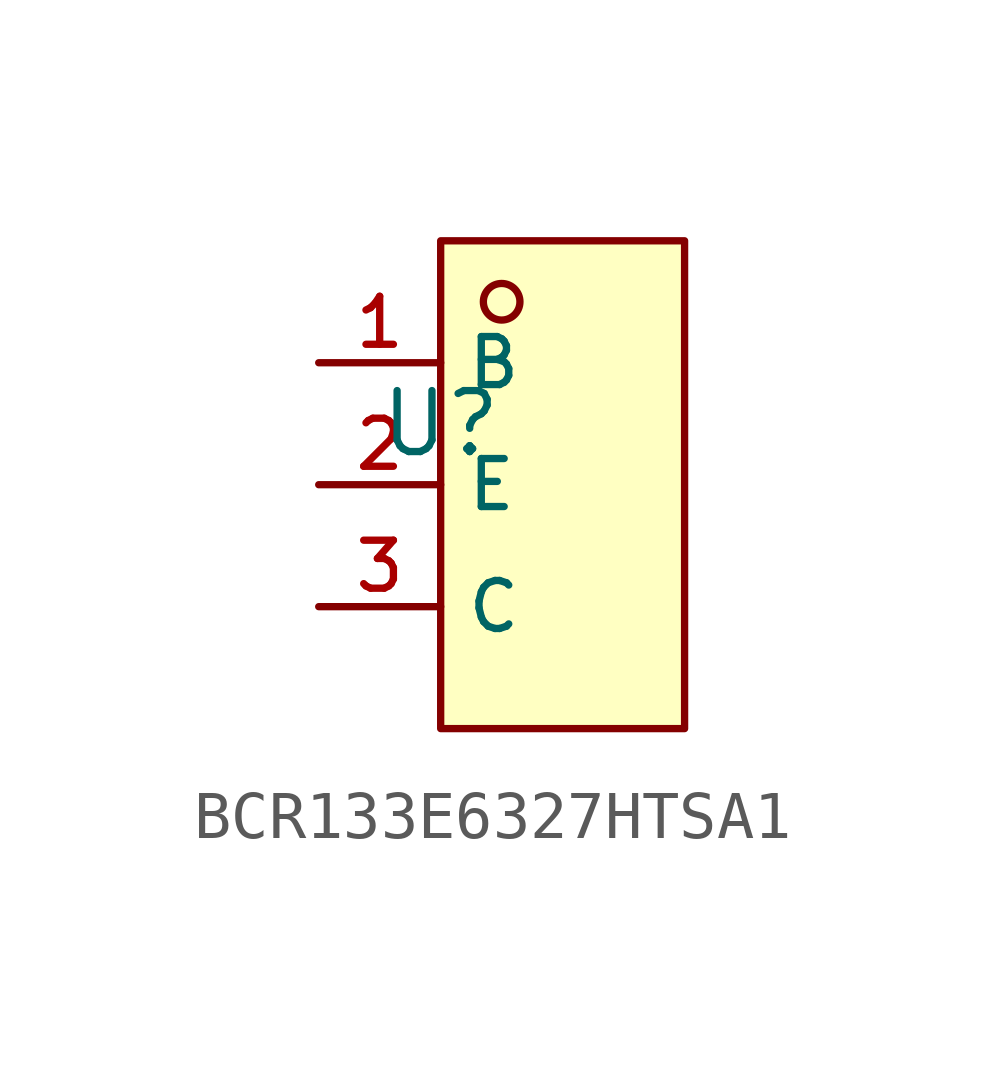
<source format=kicad_sym>
(kicad_symbol_lib
  (version 20210201)
  (generator TousstNicolas/JLC2KiCad_lib)
  (symbol "BCR133E6327HTSA1"
    (property "Reference" "U"
      (at 0 1.27 0)
      (effects (font (size 1.27 1.27))))
    (symbol "BCR133E6327HTSA1_0_1"
      (rectangle (start 0.0 5.08) (end 5.08 -5.08) (stroke (width 0) (type default) (color 0 0 0 0)) (fill (type background)))
      (circle (center 1.27 3.81) (radius 0.381) (stroke (width 0) (type default) (color 0 0 0 0)) (fill (type background)))
      (pin unspecified line (at -2.54 2.54 0) (length 2.54) (name "B" (effects (font (size 1 1)))) (number "1" (effects (font (size 1 1)))))
      (pin unspecified line (at -2.54 -0.0 0) (length 2.54) (name "E" (effects (font (size 1 1)))) (number "2" (effects (font (size 1 1)))))
      (pin unspecified line (at -2.54 -2.54 0) (length 2.54) (name "C" (effects (font (size 1 1)))) (number "3" (effects (font (size 1 1))))))))
</source>
